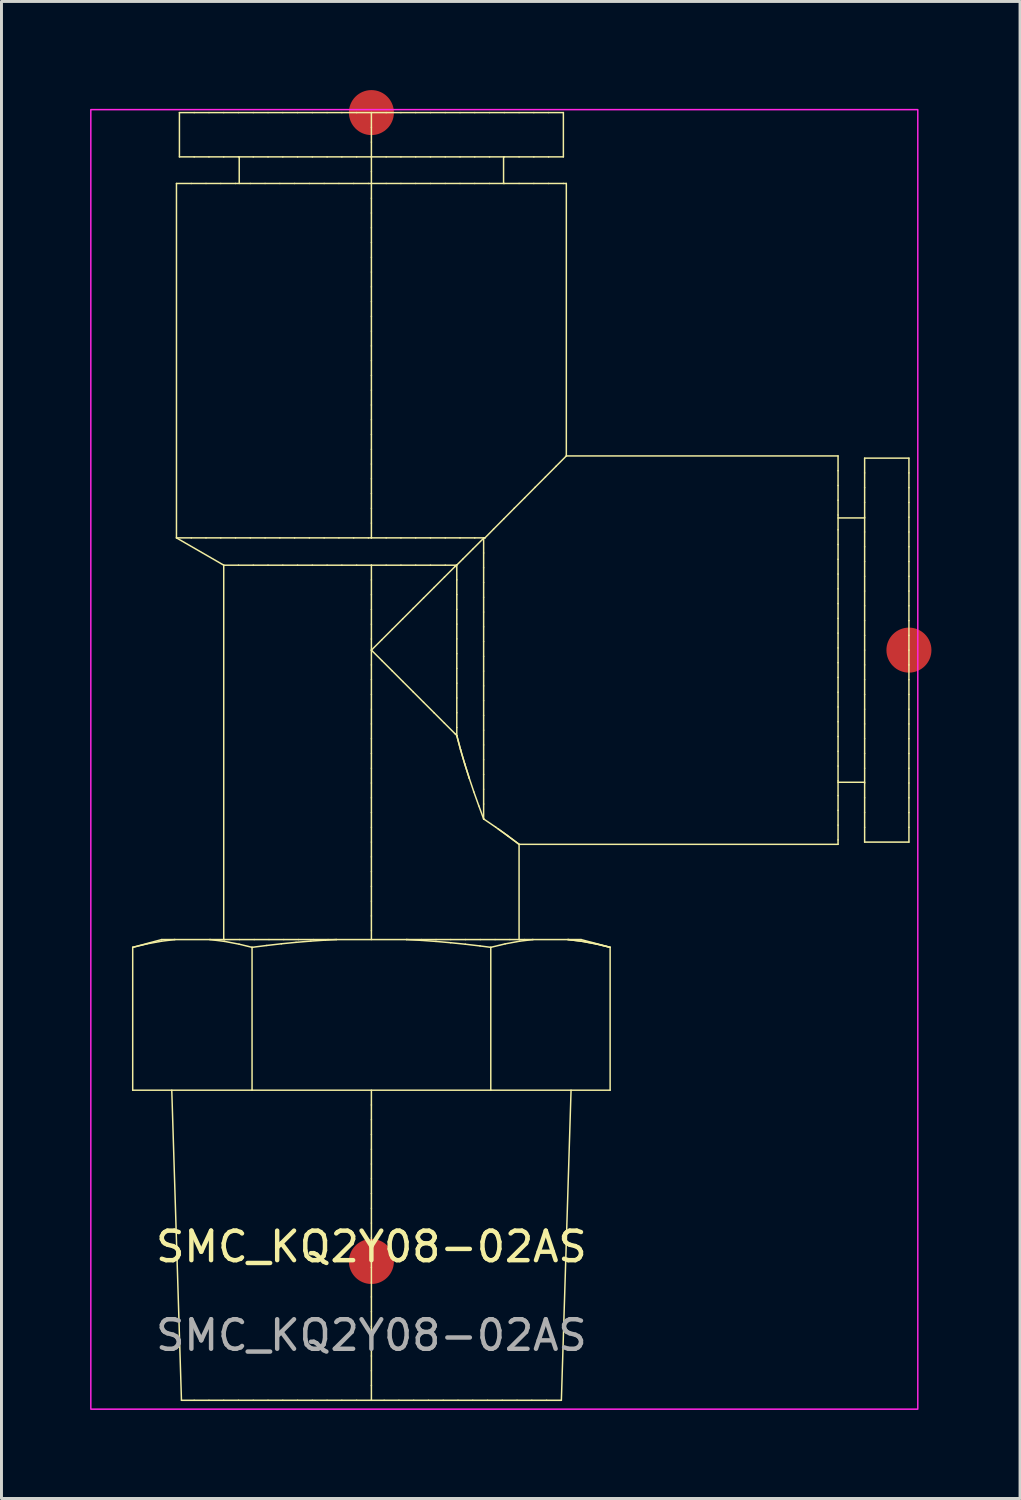
<source format=kicad_pcb>
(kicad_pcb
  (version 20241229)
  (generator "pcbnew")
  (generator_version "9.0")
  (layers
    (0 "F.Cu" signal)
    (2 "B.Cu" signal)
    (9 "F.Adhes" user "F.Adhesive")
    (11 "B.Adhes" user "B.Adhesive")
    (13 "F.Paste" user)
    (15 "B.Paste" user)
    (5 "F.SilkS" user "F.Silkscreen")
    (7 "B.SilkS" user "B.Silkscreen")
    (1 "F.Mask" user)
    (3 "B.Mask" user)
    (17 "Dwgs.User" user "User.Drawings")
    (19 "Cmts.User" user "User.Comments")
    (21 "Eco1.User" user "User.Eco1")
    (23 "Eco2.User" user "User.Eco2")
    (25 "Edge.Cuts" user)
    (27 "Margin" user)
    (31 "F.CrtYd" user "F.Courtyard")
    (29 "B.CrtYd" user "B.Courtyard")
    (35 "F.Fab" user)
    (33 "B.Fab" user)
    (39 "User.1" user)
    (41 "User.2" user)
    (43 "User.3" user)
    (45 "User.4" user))
  (footprint "SMC_KQ2Y08-02AS"
    (layer "F.Cu")
    (at 9.525 39.662)
    (property "Reference" "SMC_KQ2Y08-02AS" (at 0 -0.5 0) (unlocked yes) (layer "F.SilkS") (effects (font (size 1 1) (thickness 0.15))))
    (fp_line (start -8.082 -10.637) (end -8.082 -5.8) (stroke (width 0.05) (type solid)) (layer "F.SilkS"))
    (fp_line (start -8.082 -10.637) (end -7.597 -10.754) (stroke (width 0.05) (type solid)) (layer "F.SilkS"))
    (fp_line (start -8.082 -5.8) (end -4.041 -5.8) (stroke (width 0.05) (type solid)) (layer "F.SilkS"))
    (fp_line (start -7.597 -10.754) (end -7.105 -10.845) (stroke (width 0.05) (type solid)) (layer "F.SilkS"))
    (fp_line (start -7.105 -10.845) (end -6.655 -10.9) (stroke (width 0.05) (type solid)) (layer "F.SilkS"))
    (fp_line (start -7.1 -10.9) (end -8.082 -10.637) (stroke (width 0.05) (type solid)) (layer "F.SilkS"))
    (fp_line (start -7.1 -10.9) (end -6.655 -10.9) (stroke (width 0.05) (type solid)) (layer "F.SilkS"))
    (fp_line (start -6.655 -10.9) (end -5.468 -10.9) (stroke (width 0.05) (type solid)) (layer "F.SilkS"))
    (fp_line (start -6.6 -36.5) (end -6.6 -24.5) (stroke (width 0.05) (type solid)) (layer "F.SilkS"))
    (fp_line (start -6.6 -36.5) (end -6.1 -36.5) (stroke (width 0.05) (type solid)) (layer "F.SilkS"))
    (fp_line (start -6.6 -24.5) (end -6.1 -24.5) (stroke (width 0.05) (type solid)) (layer "F.SilkS"))
    (fp_line (start -6.5 -38.9) (end -6.5 -37.4) (stroke (width 0.05) (type solid)) (layer "F.SilkS"))
    (fp_line (start -6.5 -38.9) (end -6 -38.9) (stroke (width 0.05) (type solid)) (layer "F.SilkS"))
    (fp_line (start -6.5 -37.4) (end -6 -37.4) (stroke (width 0.05) (type solid)) (layer "F.SilkS"))
    (fp_line (start -6.431 4.7) (end -6.759 -5.8) (stroke (width 0.05) (type solid)) (layer "F.SilkS"))
    (fp_line (start -6.1 -36.5) (end -5.6 -36.5) (stroke (width 0.05) (type solid)) (layer "F.SilkS"))
    (fp_line (start -6.1 -24.5) (end -5.6 -24.5) (stroke (width 0.05) (type solid)) (layer "F.SilkS"))
    (fp_line (start -6 -38.9) (end -5.5 -38.9) (stroke (width 0.05) (type solid)) (layer "F.SilkS"))
    (fp_line (start -6 -37.4) (end -5.5 -37.4) (stroke (width 0.05) (type solid)) (layer "F.SilkS"))
    (fp_line (start -6 4.7) (end -6.431 4.7) (stroke (width 0.05) (type solid)) (layer "F.SilkS"))
    (fp_line (start -5.6 -36.5) (end -5.1 -36.5) (stroke (width 0.05) (type solid)) (layer "F.SilkS"))
    (fp_line (start -5.6 -24.5) (end -5.1 -24.5) (stroke (width 0.05) (type solid)) (layer "F.SilkS"))
    (fp_line (start -5.5 -38.9) (end -5 -38.9) (stroke (width 0.05) (type solid)) (layer "F.SilkS"))
    (fp_line (start -5.5 -37.4) (end -5 -37.4) (stroke (width 0.05) (type solid)) (layer "F.SilkS"))
    (fp_line (start -5.5 4.7) (end -6 4.7) (stroke (width 0.05) (type solid)) (layer "F.SilkS"))
    (fp_line (start -5.468 -10.9) (end -4.972 -10.838) (stroke (width 0.05) (type solid)) (layer "F.SilkS"))
    (fp_line (start -5.468 -10.9) (end -4.968 -10.9) (stroke (width 0.05) (type solid)) (layer "F.SilkS"))
    (fp_line (start -5.1 -36.5) (end -4.6 -36.5) (stroke (width 0.05) (type solid)) (layer "F.SilkS"))
    (fp_line (start -5.1 -24.5) (end -4.6 -24.5) (stroke (width 0.05) (type solid)) (layer "F.SilkS"))
    (fp_line (start -5 -38.9) (end -4.5 -38.9) (stroke (width 0.05) (type solid)) (layer "F.SilkS"))
    (fp_line (start -5 -37.4) (end -4.5 -37.4) (stroke (width 0.05) (type solid)) (layer "F.SilkS"))
    (fp_line (start -5 -23.576) (end -6.6 -24.5) (stroke (width 0.05) (type solid)) (layer "F.SilkS"))
    (fp_line (start -5 -23.576) (end -5 -10.9) (stroke (width 0.05) (type solid)) (layer "F.SilkS"))
    (fp_line (start -5 -23.576) (end -4.5 -23.576) (stroke (width 0.05) (type solid)) (layer "F.SilkS"))
    (fp_line (start -5 4.7) (end -5.5 4.7) (stroke (width 0.05) (type solid)) (layer "F.SilkS"))
    (fp_line (start -4.972 -10.838) (end -4.481 -10.744) (stroke (width 0.05) (type solid)) (layer "F.SilkS"))
    (fp_line (start -4.968 -10.9) (end -4.468 -10.9) (stroke (width 0.05) (type solid)) (layer "F.SilkS"))
    (fp_line (start -4.6 -36.5) (end -4.1 -36.5) (stroke (width 0.05) (type solid)) (layer "F.SilkS"))
    (fp_line (start -4.6 -24.5) (end -4.1 -24.5) (stroke (width 0.05) (type solid)) (layer "F.SilkS"))
    (fp_line (start -4.5 -38.9) (end -4 -38.9) (stroke (width 0.05) (type solid)) (layer "F.SilkS"))
    (fp_line (start -4.5 -37.4) (end -4 -37.4) (stroke (width 0.05) (type solid)) (layer "F.SilkS"))
    (fp_line (start -4.5 -23.576) (end -4 -23.576) (stroke (width 0.05) (type solid)) (layer "F.SilkS"))
    (fp_line (start -4.5 4.7) (end -5 4.7) (stroke (width 0.05) (type solid)) (layer "F.SilkS"))
    (fp_line (start -4.481 -10.744) (end -4.041 -10.637) (stroke (width 0.05) (type solid)) (layer "F.SilkS"))
    (fp_line (start -4.475 -37.4) (end -4.475 -36.5) (stroke (width 0.05) (type solid)) (layer "F.SilkS"))
    (fp_line (start -4.468 -10.9) (end -3.968 -10.9) (stroke (width 0.05) (type solid)) (layer "F.SilkS"))
    (fp_line (start -4.1 -36.5) (end -3.6 -36.5) (stroke (width 0.05) (type solid)) (layer "F.SilkS"))
    (fp_line (start -4.1 -24.5) (end -3.6 -24.5) (stroke (width 0.05) (type solid)) (layer "F.SilkS"))
    (fp_line (start -4.041 -10.637) (end -4.041 -5.8) (stroke (width 0.05) (type solid)) (layer "F.SilkS"))
    (fp_line (start -4.041 -10.637) (end -3.545 -10.7) (stroke (width 0.05) (type solid)) (layer "F.SilkS"))
    (fp_line (start -4.041 -5.8) (end 4.042 -5.8) (stroke (width 0.05) (type solid)) (layer "F.SilkS"))
    (fp_line (start -4 -38.9) (end -3.5 -38.9) (stroke (width 0.05) (type solid)) (layer "F.SilkS"))
    (fp_line (start -4 -37.4) (end -3.5 -37.4) (stroke (width 0.05) (type solid)) (layer "F.SilkS"))
    (fp_line (start -4 -23.576) (end -3.5 -23.576) (stroke (width 0.05) (type solid)) (layer "F.SilkS"))
    (fp_line (start -4 4.7) (end -4.5 4.7) (stroke (width 0.05) (type solid)) (layer "F.SilkS"))
    (fp_line (start -3.968 -10.9) (end -3.468 -10.9) (stroke (width 0.05) (type solid)) (layer "F.SilkS"))
    (fp_line (start -3.6 -36.5) (end -3.1 -36.5) (stroke (width 0.05) (type solid)) (layer "F.SilkS"))
    (fp_line (start -3.6 -24.5) (end -3.1 -24.5) (stroke (width 0.05) (type solid)) (layer "F.SilkS"))
    (fp_line (start -3.545 -10.7) (end -3.048 -10.757) (stroke (width 0.05) (type solid)) (layer "F.SilkS"))
    (fp_line (start -3.5 -38.9) (end -3 -38.9) (stroke (width 0.05) (type solid)) (layer "F.SilkS"))
    (fp_line (start -3.5 -37.4) (end -3 -37.4) (stroke (width 0.05) (type solid)) (layer "F.SilkS"))
    (fp_line (start -3.5 -23.576) (end -3 -23.576) (stroke (width 0.05) (type solid)) (layer "F.SilkS"))
    (fp_line (start -3.5 4.7) (end -4 4.7) (stroke (width 0.05) (type solid)) (layer "F.SilkS"))
    (fp_line (start -3.468 -10.9) (end -2.968 -10.9) (stroke (width 0.05) (type solid)) (layer "F.SilkS"))
    (fp_line (start -3.1 -36.5) (end -2.6 -36.5) (stroke (width 0.05) (type solid)) (layer "F.SilkS"))
    (fp_line (start -3.1 -24.5) (end -2.6 -24.5) (stroke (width 0.05) (type solid)) (layer "F.SilkS"))
    (fp_line (start -3.048 -10.757) (end -2.551 -10.806) (stroke (width 0.05) (type solid)) (layer "F.SilkS"))
    (fp_line (start -3 -38.9) (end -2.5 -38.9) (stroke (width 0.05) (type solid)) (layer "F.SilkS"))
    (fp_line (start -3 -37.4) (end -2.5 -37.4) (stroke (width 0.05) (type solid)) (layer "F.SilkS"))
    (fp_line (start -3 -23.576) (end -2.5 -23.576) (stroke (width 0.05) (type solid)) (layer "F.SilkS"))
    (fp_line (start -3 4.7) (end -3.5 4.7) (stroke (width 0.05) (type solid)) (layer "F.SilkS"))
    (fp_line (start -2.968 -10.9) (end -2.468 -10.9) (stroke (width 0.05) (type solid)) (layer "F.SilkS"))
    (fp_line (start -2.6 -36.5) (end -2.1 -36.5) (stroke (width 0.05) (type solid)) (layer "F.SilkS"))
    (fp_line (start -2.6 -24.5) (end -2.1 -24.5) (stroke (width 0.05) (type solid)) (layer "F.SilkS"))
    (fp_line (start -2.551 -10.806) (end -2.052 -10.848) (stroke (width 0.05) (type solid)) (layer "F.SilkS"))
    (fp_line (start -2.5 -38.9) (end -2 -38.9) (stroke (width 0.05) (type solid)) (layer "F.SilkS"))
    (fp_line (start -2.5 -37.4) (end -2 -37.4) (stroke (width 0.05) (type solid)) (layer "F.SilkS"))
    (fp_line (start -2.5 -23.576) (end -2 -23.576) (stroke (width 0.05) (type solid)) (layer "F.SilkS"))
    (fp_line (start -2.5 4.7) (end -3 4.7) (stroke (width 0.05) (type solid)) (layer "F.SilkS"))
    (fp_line (start -2.468 -10.9) (end -1.968 -10.9) (stroke (width 0.05) (type solid)) (layer "F.SilkS"))
    (fp_line (start -2.1 -36.5) (end -1.6 -36.5) (stroke (width 0.05) (type solid)) (layer "F.SilkS"))
    (fp_line (start -2.1 -24.5) (end -1.6 -24.5) (stroke (width 0.05) (type solid)) (layer "F.SilkS"))
    (fp_line (start -2.052 -10.848) (end -1.554 -10.881) (stroke (width 0.05) (type solid)) (layer "F.SilkS"))
    (fp_line (start -2 -38.9) (end -1.5 -38.9) (stroke (width 0.05) (type solid)) (layer "F.SilkS"))
    (fp_line (start -2 -37.4) (end -1.5 -37.4) (stroke (width 0.05) (type solid)) (layer "F.SilkS"))
    (fp_line (start -2 -23.576) (end -1.5 -23.576) (stroke (width 0.05) (type solid)) (layer "F.SilkS"))
    (fp_line (start -2 4.7) (end -2.5 4.7) (stroke (width 0.05) (type solid)) (layer "F.SilkS"))
    (fp_line (start -1.968 -10.9) (end -1.468 -10.9) (stroke (width 0.05) (type solid)) (layer "F.SilkS"))
    (fp_line (start -1.6 -36.5) (end -1.1 -36.5) (stroke (width 0.05) (type solid)) (layer "F.SilkS"))
    (fp_line (start -1.6 -24.5) (end -1.1 -24.5) (stroke (width 0.05) (type solid)) (layer "F.SilkS"))
    (fp_line (start -1.554 -10.881) (end -1.187 -10.9) (stroke (width 0.05) (type solid)) (layer "F.SilkS"))
    (fp_line (start -1.5 -38.9) (end -1 -38.9) (stroke (width 0.05) (type solid)) (layer "F.SilkS"))
    (fp_line (start -1.5 -37.4) (end -1 -37.4) (stroke (width 0.05) (type solid)) (layer "F.SilkS"))
    (fp_line (start -1.5 -23.576) (end -1 -23.576) (stroke (width 0.05) (type solid)) (layer "F.SilkS"))
    (fp_line (start -1.5 4.7) (end -2 4.7) (stroke (width 0.05) (type solid)) (layer "F.SilkS"))
    (fp_line (start -1.468 -10.9) (end -1.187 -10.9) (stroke (width 0.05) (type solid)) (layer "F.SilkS"))
    (fp_line (start -1.187 -10.9) (end 1.188 -10.9) (stroke (width 0.05) (type solid)) (layer "F.SilkS"))
    (fp_line (start -1.1 -36.5) (end -0.6 -36.5) (stroke (width 0.05) (type solid)) (layer "F.SilkS"))
    (fp_line (start -1.1 -24.5) (end -0.6 -24.5) (stroke (width 0.05) (type solid)) (layer "F.SilkS"))
    (fp_line (start -1 -38.9) (end -0.5 -38.9) (stroke (width 0.05) (type solid)) (layer "F.SilkS"))
    (fp_line (start -1 -37.4) (end -0.5 -37.4) (stroke (width 0.05) (type solid)) (layer "F.SilkS"))
    (fp_line (start -1 -23.576) (end -0.5 -23.576) (stroke (width 0.05) (type solid)) (layer "F.SilkS"))
    (fp_line (start -1 4.7) (end -1.5 4.7) (stroke (width 0.05) (type solid)) (layer "F.SilkS"))
    (fp_line (start -0.6 -36.5) (end -0.1 -36.5) (stroke (width 0.05) (type solid)) (layer "F.SilkS"))
    (fp_line (start -0.6 -24.5) (end -0.1 -24.5) (stroke (width 0.05) (type solid)) (layer "F.SilkS"))
    (fp_line (start -0.5 -38.9) (end 0 -38.9) (stroke (width 0.05) (type solid)) (layer "F.SilkS"))
    (fp_line (start -0.5 -37.4) (end 0 -37.4) (stroke (width 0.05) (type solid)) (layer "F.SilkS"))
    (fp_line (start -0.5 -23.576) (end 0 -23.576) (stroke (width 0.05) (type solid)) (layer "F.SilkS"))
    (fp_line (start -0.5 4.7) (end -1 4.7) (stroke (width 0.05) (type solid)) (layer "F.SilkS"))
    (fp_line (start -0.1 -36.5) (end 0 -36.5) (stroke (width 0.05) (type solid)) (layer "F.SilkS"))
    (fp_line (start -0.1 -24.5) (end 0 -24.5) (stroke (width 0.05) (type solid)) (layer "F.SilkS"))
    (fp_line (start 0 -38.9) (end 0 -38.4) (stroke (width 0.05) (type solid)) (layer "F.SilkS"))
    (fp_line (start 0 -38.9) (end 0.5 -38.9) (stroke (width 0.05) (type solid)) (layer "F.SilkS"))
    (fp_line (start 0 -38.4) (end 0 -37.9) (stroke (width 0.05) (type solid)) (layer "F.SilkS"))
    (fp_line (start 0 -37.9) (end 0 -37.4) (stroke (width 0.05) (type solid)) (layer "F.SilkS"))
    (fp_line (start 0 -37.4) (end 0 -36.9) (stroke (width 0.05) (type solid)) (layer "F.SilkS"))
    (fp_line (start 0 -37.4) (end 0.5 -37.4) (stroke (width 0.05) (type solid)) (layer "F.SilkS"))
    (fp_line (start 0 -36.9) (end 0 -36.5) (stroke (width 0.05) (type solid)) (layer "F.SilkS"))
    (fp_line (start 0 -36.5) (end 0 -36) (stroke (width 0.05) (type solid)) (layer "F.SilkS"))
    (fp_line (start 0 -36.5) (end 0.5 -36.5) (stroke (width 0.05) (type solid)) (layer "F.SilkS"))
    (fp_line (start 0 -36) (end 0 -35.5) (stroke (width 0.05) (type solid)) (layer "F.SilkS"))
    (fp_line (start 0 -35.5) (end 0 -35) (stroke (width 0.05) (type solid)) (layer "F.SilkS"))
    (fp_line (start 0 -35) (end 0 -34.5) (stroke (width 0.05) (type solid)) (layer "F.SilkS"))
    (fp_line (start 0 -34.5) (end 0 -34) (stroke (width 0.05) (type solid)) (layer "F.SilkS"))
    (fp_line (start 0 -34) (end 0 -33.5) (stroke (width 0.05) (type solid)) (layer "F.SilkS"))
    (fp_line (start 0 -33.5) (end 0 -33) (stroke (width 0.05) (type solid)) (layer "F.SilkS"))
    (fp_line (start 0 -33) (end 0 -32.5) (stroke (width 0.05) (type solid)) (layer "F.SilkS"))
    (fp_line (start 0 -32.5) (end 0 -32) (stroke (width 0.05) (type solid)) (layer "F.SilkS"))
    (fp_line (start 0 -32) (end 0 -31.5) (stroke (width 0.05) (type solid)) (layer "F.SilkS"))
    (fp_line (start 0 -31.5) (end 0 -31) (stroke (width 0.05) (type solid)) (layer "F.SilkS"))
    (fp_line (start 0 -31) (end 0 -30.5) (stroke (width 0.05) (type solid)) (layer "F.SilkS"))
    (fp_line (start 0 -30.5) (end 0 -30) (stroke (width 0.05) (type solid)) (layer "F.SilkS"))
    (fp_line (start 0 -30) (end 0 -29.5) (stroke (width 0.05) (type solid)) (layer "F.SilkS"))
    (fp_line (start 0 -29.5) (end 0 -29) (stroke (width 0.05) (type solid)) (layer "F.SilkS"))
    (fp_line (start 0 -29) (end 0 -28.5) (stroke (width 0.05) (type solid)) (layer "F.SilkS"))
    (fp_line (start 0 -28.5) (end 0 -28) (stroke (width 0.05) (type solid)) (layer "F.SilkS"))
    (fp_line (start 0 -28) (end 0 -27.5) (stroke (width 0.05) (type solid)) (layer "F.SilkS"))
    (fp_line (start 0 -27.5) (end 0 -27) (stroke (width 0.05) (type solid)) (layer "F.SilkS"))
    (fp_line (start 0 -27) (end 0 -26.5) (stroke (width 0.05) (type solid)) (layer "F.SilkS"))
    (fp_line (start 0 -26.5) (end 0 -26) (stroke (width 0.05) (type solid)) (layer "F.SilkS"))
    (fp_line (start 0 -26) (end 0 -25.5) (stroke (width 0.05) (type solid)) (layer "F.SilkS"))
    (fp_line (start 0 -25.5) (end 0 -25) (stroke (width 0.05) (type solid)) (layer "F.SilkS"))
    (fp_line (start 0 -25) (end 0 -24.5) (stroke (width 0.05) (type solid)) (layer "F.SilkS"))
    (fp_line (start 0 -24.5) (end 0.5 -24.5) (stroke (width 0.05) (type solid)) (layer "F.SilkS"))
    (fp_line (start 0 -23.576) (end 0 -23.076) (stroke (width 0.05) (type solid)) (layer "F.SilkS"))
    (fp_line (start 0 -23.576) (end 0.5 -23.576) (stroke (width 0.05) (type solid)) (layer "F.SilkS"))
    (fp_line (start 0 -23.076) (end 0 -22.576) (stroke (width 0.05) (type solid)) (layer "F.SilkS"))
    (fp_line (start 0 -22.576) (end 0 -22.076) (stroke (width 0.05) (type solid)) (layer "F.SilkS"))
    (fp_line (start 0 -22.076) (end 0 -21.576) (stroke (width 0.05) (type solid)) (layer "F.SilkS"))
    (fp_line (start 0 -21.576) (end 0 -21.076) (stroke (width 0.05) (type solid)) (layer "F.SilkS"))
    (fp_line (start 0 -21.076) (end 0 -20.7) (stroke (width 0.05) (type solid)) (layer "F.SilkS"))
    (fp_line (start 0 -20.7) (end 0 -20.2) (stroke (width 0.05) (type solid)) (layer "F.SilkS"))
    (fp_line (start 0 -20.7) (end 0.354 -21.054) (stroke (width 0.05) (type solid)) (layer "F.SilkS"))
    (fp_line (start 0 -20.7) (end 0.354 -20.346) (stroke (width 0.05) (type solid)) (layer "F.SilkS"))
    (fp_line (start 0 -20.2) (end 0 -19.7) (stroke (width 0.05) (type solid)) (layer "F.SilkS"))
    (fp_line (start 0 -19.7) (end 0 -19.2) (stroke (width 0.05) (type solid)) (layer "F.SilkS"))
    (fp_line (start 0 -19.2) (end 0 -18.7) (stroke (width 0.05) (type solid)) (layer "F.SilkS"))
    (fp_line (start 0 -18.7) (end 0 -18.2) (stroke (width 0.05) (type solid)) (layer "F.SilkS"))
    (fp_line (start 0 -18.2) (end 0 -17.7) (stroke (width 0.05) (type solid)) (layer "F.SilkS"))
    (fp_line (start 0 -17.7) (end 0 -17.2) (stroke (width 0.05) (type solid)) (layer "F.SilkS"))
    (fp_line (start 0 -17.2) (end 0 -16.7) (stroke (width 0.05) (type solid)) (layer "F.SilkS"))
    (fp_line (start 0 -16.7) (end 0 -16.2) (stroke (width 0.05) (type solid)) (layer "F.SilkS"))
    (fp_line (start 0 -16.2) (end 0 -15.7) (stroke (width 0.05) (type solid)) (layer "F.SilkS"))
    (fp_line (start 0 -15.7) (end 0 -15.2) (stroke (width 0.05) (type solid)) (layer "F.SilkS"))
    (fp_line (start 0 -15.2) (end 0 -14.7) (stroke (width 0.05) (type solid)) (layer "F.SilkS"))
    (fp_line (start 0 -14.7) (end 0 -14.2) (stroke (width 0.05) (type solid)) (layer "F.SilkS"))
    (fp_line (start 0 -14.2) (end 0 -13.7) (stroke (width 0.05) (type solid)) (layer "F.SilkS"))
    (fp_line (start 0 -13.7) (end 0 -13.2) (stroke (width 0.05) (type solid)) (layer "F.SilkS"))
    (fp_line (start 0 -13.2) (end 0 -12.7) (stroke (width 0.05) (type solid)) (layer "F.SilkS"))
    (fp_line (start 0 -12.7) (end 0 -12.2) (stroke (width 0.05) (type solid)) (layer "F.SilkS"))
    (fp_line (start 0 -12.2) (end 0 -11.7) (stroke (width 0.05) (type solid)) (layer "F.SilkS"))
    (fp_line (start 0 -11.7) (end 0 -11.2) (stroke (width 0.05) (type solid)) (layer "F.SilkS"))
    (fp_line (start 0 -11.2) (end 0 -10.9) (stroke (width 0.05) (type solid)) (layer "F.SilkS"))
    (fp_line (start 0 -5.3) (end 0 -5.8) (stroke (width 0.05) (type solid)) (layer "F.SilkS"))
    (fp_line (start 0 -4.8) (end 0 -5.3) (stroke (width 0.05) (type solid)) (layer "F.SilkS"))
    (fp_line (start 0 -4.3) (end 0 -4.8) (stroke (width 0.05) (type solid)) (layer "F.SilkS"))
    (fp_line (start 0 -3.8) (end 0 -4.3) (stroke (width 0.05) (type solid)) (layer "F.SilkS"))
    (fp_line (start 0 -3.3) (end 0 -3.8) (stroke (width 0.05) (type solid)) (layer "F.SilkS"))
    (fp_line (start 0 -2.8) (end 0 -3.3) (stroke (width 0.05) (type solid)) (layer "F.SilkS"))
    (fp_line (start 0 -2.3) (end 0 -2.8) (stroke (width 0.05) (type solid)) (layer "F.SilkS"))
    (fp_line (start 0 -1.8) (end 0 -2.3) (stroke (width 0.05) (type solid)) (layer "F.SilkS"))
    (fp_line (start 0 -1.3) (end 0 -1.8) (stroke (width 0.05) (type solid)) (layer "F.SilkS"))
    (fp_line (start 0 -0.8) (end 0 -1.3) (stroke (width 0.05) (type solid)) (layer "F.SilkS"))
    (fp_line (start 0 -0.3) (end 0 -0.8) (stroke (width 0.05) (type solid)) (layer "F.SilkS"))
    (fp_line (start 0 0.2) (end 0 -0.3) (stroke (width 0.05) (type solid)) (layer "F.SilkS"))
    (fp_line (start 0 0.7) (end 0 0.2) (stroke (width 0.05) (type solid)) (layer "F.SilkS"))
    (fp_line (start 0 1.2) (end 0 0.7) (stroke (width 0.05) (type solid)) (layer "F.SilkS"))
    (fp_line (start 0 1.7) (end 0 1.2) (stroke (width 0.05) (type solid)) (layer "F.SilkS"))
    (fp_line (start 0 2.2) (end 0 1.7) (stroke (width 0.05) (type solid)) (layer "F.SilkS"))
    (fp_line (start 0 2.7) (end 0 2.2) (stroke (width 0.05) (type solid)) (layer "F.SilkS"))
    (fp_line (start 0 3.2) (end 0 2.7) (stroke (width 0.05) (type solid)) (layer "F.SilkS"))
    (fp_line (start 0 3.7) (end 0 3.2) (stroke (width 0.05) (type solid)) (layer "F.SilkS"))
    (fp_line (start 0 4.2) (end 0 3.7) (stroke (width 0.05) (type solid)) (layer "F.SilkS"))
    (fp_line (start 0 4.7) (end -0.5 4.7) (stroke (width 0.05) (type solid)) (layer "F.SilkS"))
    (fp_line (start 0 4.7) (end 0 4.2) (stroke (width 0.05) (type solid)) (layer "F.SilkS"))
    (fp_line (start 0.354 -21.054) (end 0.708 -21.407) (stroke (width 0.05) (type solid)) (layer "F.SilkS"))
    (fp_line (start 0.354 -20.346) (end 0.708 -19.993) (stroke (width 0.05) (type solid)) (layer "F.SilkS"))
    (fp_line (start 0.432 4.7) (end 0 4.7) (stroke (width 0.05) (type solid)) (layer "F.SilkS"))
    (fp_line (start 0.5 -38.9) (end 1 -38.9) (stroke (width 0.05) (type solid)) (layer "F.SilkS"))
    (fp_line (start 0.5 -37.4) (end 1 -37.4) (stroke (width 0.05) (type solid)) (layer "F.SilkS"))
    (fp_line (start 0.5 -36.5) (end 1 -36.5) (stroke (width 0.05) (type solid)) (layer "F.SilkS"))
    (fp_line (start 0.5 -24.5) (end 1 -24.5) (stroke (width 0.05) (type solid)) (layer "F.SilkS"))
    (fp_line (start 0.5 -23.576) (end 1 -23.576) (stroke (width 0.05) (type solid)) (layer "F.SilkS"))
    (fp_line (start 0.708 -21.407) (end 1.061 -21.761) (stroke (width 0.05) (type solid)) (layer "F.SilkS"))
    (fp_line (start 0.708 -19.993) (end 1.061 -19.639) (stroke (width 0.05) (type solid)) (layer "F.SilkS"))
    (fp_line (start 0.932 4.7) (end 0.432 4.7) (stroke (width 0.05) (type solid)) (layer "F.SilkS"))
    (fp_line (start 1 -38.9) (end 1.5 -38.9) (stroke (width 0.05) (type solid)) (layer "F.SilkS"))
    (fp_line (start 1 -37.4) (end 1.5 -37.4) (stroke (width 0.05) (type solid)) (layer "F.SilkS"))
    (fp_line (start 1 -36.5) (end 1.5 -36.5) (stroke (width 0.05) (type solid)) (layer "F.SilkS"))
    (fp_line (start 1 -24.5) (end 1.5 -24.5) (stroke (width 0.05) (type solid)) (layer "F.SilkS"))
    (fp_line (start 1 -23.576) (end 1.5 -23.576) (stroke (width 0.05) (type solid)) (layer "F.SilkS"))
    (fp_line (start 1.061 -21.761) (end 1.415 -22.114) (stroke (width 0.05) (type solid)) (layer "F.SilkS"))
    (fp_line (start 1.061 -19.639) (end 1.415 -19.286) (stroke (width 0.05) (type solid)) (layer "F.SilkS"))
    (fp_line (start 1.188 -10.9) (end 1.687 -10.873) (stroke (width 0.05) (type solid)) (layer "F.SilkS"))
    (fp_line (start 1.188 -10.9) (end 1.688 -10.9) (stroke (width 0.05) (type solid)) (layer "F.SilkS"))
    (fp_line (start 1.415 -22.114) (end 1.768 -22.468) (stroke (width 0.05) (type solid)) (layer "F.SilkS"))
    (fp_line (start 1.415 -19.286) (end 1.768 -18.932) (stroke (width 0.05) (type solid)) (layer "F.SilkS"))
    (fp_line (start 1.432 4.7) (end 0.932 4.7) (stroke (width 0.05) (type solid)) (layer "F.SilkS"))
    (fp_line (start 1.5 -38.9) (end 2 -38.9) (stroke (width 0.05) (type solid)) (layer "F.SilkS"))
    (fp_line (start 1.5 -37.4) (end 2 -37.4) (stroke (width 0.05) (type solid)) (layer "F.SilkS"))
    (fp_line (start 1.5 -36.5) (end 2 -36.5) (stroke (width 0.05) (type solid)) (layer "F.SilkS"))
    (fp_line (start 1.5 -24.5) (end 2 -24.5) (stroke (width 0.05) (type solid)) (layer "F.SilkS"))
    (fp_line (start 1.5 -23.576) (end 2 -23.576) (stroke (width 0.05) (type solid)) (layer "F.SilkS"))
    (fp_line (start 1.687 -10.873) (end 2.186 -10.837) (stroke (width 0.05) (type solid)) (layer "F.SilkS"))
    (fp_line (start 1.688 -10.9) (end 2.188 -10.9) (stroke (width 0.05) (type solid)) (layer "F.SilkS"))
    (fp_line (start 1.768 -22.468) (end 2.122 -22.821) (stroke (width 0.05) (type solid)) (layer "F.SilkS"))
    (fp_line (start 1.768 -18.932) (end 2.122 -18.579) (stroke (width 0.05) (type solid)) (layer "F.SilkS"))
    (fp_line (start 1.932 4.7) (end 1.432 4.7) (stroke (width 0.05) (type solid)) (layer "F.SilkS"))
    (fp_line (start 2 -38.9) (end 2.5 -38.9) (stroke (width 0.05) (type solid)) (layer "F.SilkS"))
    (fp_line (start 2 -37.4) (end 2.5 -37.4) (stroke (width 0.05) (type solid)) (layer "F.SilkS"))
    (fp_line (start 2 -36.5) (end 2.5 -36.5) (stroke (width 0.05) (type solid)) (layer "F.SilkS"))
    (fp_line (start 2 -24.5) (end 2.5 -24.5) (stroke (width 0.05) (type solid)) (layer "F.SilkS"))
    (fp_line (start 2 -23.576) (end 2.5 -23.576) (stroke (width 0.05) (type solid)) (layer "F.SilkS"))
    (fp_line (start 2.122 -22.821) (end 2.475 -23.175) (stroke (width 0.05) (type solid)) (layer "F.SilkS"))
    (fp_line (start 2.122 -18.579) (end 2.475 -18.225) (stroke (width 0.05) (type solid)) (layer "F.SilkS"))
    (fp_line (start 2.186 -10.837) (end 2.684 -10.793) (stroke (width 0.05) (type solid)) (layer "F.SilkS"))
    (fp_line (start 2.188 -10.9) (end 2.688 -10.9) (stroke (width 0.05) (type solid)) (layer "F.SilkS"))
    (fp_line (start 2.432 4.7) (end 1.932 4.7) (stroke (width 0.05) (type solid)) (layer "F.SilkS"))
    (fp_line (start 2.475 -23.175) (end 2.829 -23.528) (stroke (width 0.05) (type solid)) (layer "F.SilkS"))
    (fp_line (start 2.475 -18.225) (end 2.829 -17.872) (stroke (width 0.05) (type solid)) (layer "F.SilkS"))
    (fp_line (start 2.5 -38.9) (end 3 -38.9) (stroke (width 0.05) (type solid)) (layer "F.SilkS"))
    (fp_line (start 2.5 -37.4) (end 3 -37.4) (stroke (width 0.05) (type solid)) (layer "F.SilkS"))
    (fp_line (start 2.5 -36.5) (end 3 -36.5) (stroke (width 0.05) (type solid)) (layer "F.SilkS"))
    (fp_line (start 2.5 -24.5) (end 3 -24.5) (stroke (width 0.05) (type solid)) (layer "F.SilkS"))
    (fp_line (start 2.5 -23.576) (end 2.877 -23.576) (stroke (width 0.05) (type solid)) (layer "F.SilkS"))
    (fp_line (start 2.684 -10.793) (end 3.181 -10.742) (stroke (width 0.05) (type solid)) (layer "F.SilkS"))
    (fp_line (start 2.688 -10.9) (end 3.188 -10.9) (stroke (width 0.05) (type solid)) (layer "F.SilkS"))
    (fp_line (start 2.829 -23.528) (end 2.877 -23.576) (stroke (width 0.05) (type solid)) (layer "F.SilkS"))
    (fp_line (start 2.829 -17.872) (end 2.891 -17.809) (stroke (width 0.05) (type solid)) (layer "F.SilkS"))
    (fp_line (start 2.891 -23.58) (end 2.877 -23.576) (stroke (width 0.05) (type solid)) (layer "F.SilkS"))
    (fp_line (start 2.891 -23.58) (end 2.891 -23.08) (stroke (width 0.05) (type solid)) (layer "F.SilkS"))
    (fp_line (start 2.891 -23.08) (end 2.891 -22.58) (stroke (width 0.05) (type solid)) (layer "F.SilkS"))
    (fp_line (start 2.891 -22.58) (end 2.891 -22.08) (stroke (width 0.05) (type solid)) (layer "F.SilkS"))
    (fp_line (start 2.891 -22.08) (end 2.891 -21.58) (stroke (width 0.05) (type solid)) (layer "F.SilkS"))
    (fp_line (start 2.891 -21.58) (end 2.891 -21.08) (stroke (width 0.05) (type solid)) (layer "F.SilkS"))
    (fp_line (start 2.891 -21.08) (end 2.891 -20.58) (stroke (width 0.05) (type solid)) (layer "F.SilkS"))
    (fp_line (start 2.891 -20.58) (end 2.891 -20.08) (stroke (width 0.05) (type solid)) (layer "F.SilkS"))
    (fp_line (start 2.891 -20.08) (end 2.891 -19.58) (stroke (width 0.05) (type solid)) (layer "F.SilkS"))
    (fp_line (start 2.891 -19.58) (end 2.891 -19.08) (stroke (width 0.05) (type solid)) (layer "F.SilkS"))
    (fp_line (start 2.891 -19.08) (end 2.891 -18.58) (stroke (width 0.05) (type solid)) (layer "F.SilkS"))
    (fp_line (start 2.891 -18.58) (end 2.891 -18.08) (stroke (width 0.05) (type solid)) (layer "F.SilkS"))
    (fp_line (start 2.891 -18.08) (end 2.891 -17.809) (stroke (width 0.05) (type solid)) (layer "F.SilkS"))
    (fp_line (start 2.891 -17.809) (end 3.019 -17.326) (stroke (width 0.05) (type solid)) (layer "F.SilkS"))
    (fp_line (start 2.893 -17.8) (end 2.891 -17.809) (stroke (width 0.05) (type solid)) (layer "F.SilkS"))
    (fp_line (start 2.932 4.7) (end 2.432 4.7) (stroke (width 0.05) (type solid)) (layer "F.SilkS"))
    (fp_line (start 3 -38.9) (end 3.5 -38.9) (stroke (width 0.05) (type solid)) (layer "F.SilkS"))
    (fp_line (start 3 -37.4) (end 3.5 -37.4) (stroke (width 0.05) (type solid)) (layer "F.SilkS"))
    (fp_line (start 3 -36.5) (end 3.5 -36.5) (stroke (width 0.05) (type solid)) (layer "F.SilkS"))
    (fp_line (start 3 -24.5) (end 3.5 -24.5) (stroke (width 0.05) (type solid)) (layer "F.SilkS"))
    (fp_line (start 3.019 -17.326) (end 3.16 -16.846) (stroke (width 0.05) (type solid)) (layer "F.SilkS"))
    (fp_line (start 3.022 -17.317) (end 2.893 -17.8) (stroke (width 0.05) (type solid)) (layer "F.SilkS"))
    (fp_line (start 3.093 -23.782) (end 2.891 -23.58) (stroke (width 0.05) (type solid)) (layer "F.SilkS"))
    (fp_line (start 3.16 -16.846) (end 3.311 -16.37) (stroke (width 0.05) (type solid)) (layer "F.SilkS"))
    (fp_line (start 3.163 -16.837) (end 3.022 -17.317) (stroke (width 0.05) (type solid)) (layer "F.SilkS"))
    (fp_line (start 3.181 -10.742) (end 3.678 -10.684) (stroke (width 0.05) (type solid)) (layer "F.SilkS"))
    (fp_line (start 3.188 -10.9) (end 3.688 -10.9) (stroke (width 0.05) (type solid)) (layer "F.SilkS"))
    (fp_line (start 3.311 -16.37) (end 3.47 -15.896) (stroke (width 0.05) (type solid)) (layer "F.SilkS"))
    (fp_line (start 3.314 -16.36) (end 3.163 -16.837) (stroke (width 0.05) (type solid)) (layer "F.SilkS"))
    (fp_line (start 3.432 4.7) (end 2.932 4.7) (stroke (width 0.05) (type solid)) (layer "F.SilkS"))
    (fp_line (start 3.447 -24.136) (end 3.093 -23.782) (stroke (width 0.05) (type solid)) (layer "F.SilkS"))
    (fp_line (start 3.47 -15.896) (end 3.638 -15.425) (stroke (width 0.05) (type solid)) (layer "F.SilkS"))
    (fp_line (start 3.5 -38.9) (end 4 -38.9) (stroke (width 0.05) (type solid)) (layer "F.SilkS"))
    (fp_line (start 3.5 -37.4) (end 4 -37.4) (stroke (width 0.05) (type solid)) (layer "F.SilkS"))
    (fp_line (start 3.5 -36.5) (end 4 -36.5) (stroke (width 0.05) (type solid)) (layer "F.SilkS"))
    (fp_line (start 3.5 -24.5) (end 3.844 -24.5) (stroke (width 0.05) (type solid)) (layer "F.SilkS"))
    (fp_line (start 3.638 -15.425) (end 3.8 -14.984) (stroke (width 0.05) (type solid)) (layer "F.SilkS"))
    (fp_line (start 3.678 -10.684) (end 4.042 -10.637) (stroke (width 0.05) (type solid)) (layer "F.SilkS"))
    (fp_line (start 3.688 -10.9) (end 4.188 -10.9) (stroke (width 0.05) (type solid)) (layer "F.SilkS"))
    (fp_line (start 3.8 -24.489) (end 3.447 -24.136) (stroke (width 0.05) (type solid)) (layer "F.SilkS"))
    (fp_line (start 3.8 -24.489) (end 3.8 -23.989) (stroke (width 0.05) (type solid)) (layer "F.SilkS"))
    (fp_line (start 3.8 -23.989) (end 3.8 -23.489) (stroke (width 0.05) (type solid)) (layer "F.SilkS"))
    (fp_line (start 3.8 -23.489) (end 3.8 -22.989) (stroke (width 0.05) (type solid)) (layer "F.SilkS"))
    (fp_line (start 3.8 -22.989) (end 3.8 -22.489) (stroke (width 0.05) (type solid)) (layer "F.SilkS"))
    (fp_line (start 3.8 -22.489) (end 3.8 -21.989) (stroke (width 0.05) (type solid)) (layer "F.SilkS"))
    (fp_line (start 3.8 -21.989) (end 3.8 -21.489) (stroke (width 0.05) (type solid)) (layer "F.SilkS"))
    (fp_line (start 3.8 -21.489) (end 3.8 -20.989) (stroke (width 0.05) (type solid)) (layer "F.SilkS"))
    (fp_line (start 3.8 -20.989) (end 3.8 -20.489) (stroke (width 0.05) (type solid)) (layer "F.SilkS"))
    (fp_line (start 3.8 -20.489) (end 3.8 -19.989) (stroke (width 0.05) (type solid)) (layer "F.SilkS"))
    (fp_line (start 3.8 -19.989) (end 3.8 -19.489) (stroke (width 0.05) (type solid)) (layer "F.SilkS"))
    (fp_line (start 3.8 -19.489) (end 3.8 -18.989) (stroke (width 0.05) (type solid)) (layer "F.SilkS"))
    (fp_line (start 3.8 -18.989) (end 3.8 -18.489) (stroke (width 0.05) (type solid)) (layer "F.SilkS"))
    (fp_line (start 3.8 -18.489) (end 3.8 -17.989) (stroke (width 0.05) (type solid)) (layer "F.SilkS"))
    (fp_line (start 3.8 -17.989) (end 3.8 -17.489) (stroke (width 0.05) (type solid)) (layer "F.SilkS"))
    (fp_line (start 3.8 -17.489) (end 3.8 -16.989) (stroke (width 0.05) (type solid)) (layer "F.SilkS"))
    (fp_line (start 3.8 -16.989) (end 3.8 -16.489) (stroke (width 0.05) (type solid)) (layer "F.SilkS"))
    (fp_line (start 3.8 -16.489) (end 3.8 -15.989) (stroke (width 0.05) (type solid)) (layer "F.SilkS"))
    (fp_line (start 3.8 -15.989) (end 3.8 -15.489) (stroke (width 0.05) (type solid)) (layer "F.SilkS"))
    (fp_line (start 3.8 -15.489) (end 3.8 -14.989) (stroke (width 0.05) (type solid)) (layer "F.SilkS"))
    (fp_line (start 3.8 -14.989) (end 3.8 -14.984) (stroke (width 0.05) (type solid)) (layer "F.SilkS"))
    (fp_line (start 3.8 -14.984) (end 4.213 -14.702) (stroke (width 0.05) (type solid)) (layer "F.SilkS"))
    (fp_line (start 3.844 -24.5) (end 3.8 -24.489) (stroke (width 0.05) (type solid)) (layer "F.SilkS"))
    (fp_line (start 3.932 4.7) (end 3.432 4.7) (stroke (width 0.05) (type solid)) (layer "F.SilkS"))
    (fp_line (start 4 -38.9) (end 4.5 -38.9) (stroke (width 0.05) (type solid)) (layer "F.SilkS"))
    (fp_line (start 4 -37.4) (end 4.5 -37.4) (stroke (width 0.05) (type solid)) (layer "F.SilkS"))
    (fp_line (start 4 -36.5) (end 4.5 -36.5) (stroke (width 0.05) (type solid)) (layer "F.SilkS"))
    (fp_line (start 4.042 -10.637) (end 4.042 -5.8) (stroke (width 0.05) (type solid)) (layer "F.SilkS"))
    (fp_line (start 4.042 -10.637) (end 4.528 -10.754) (stroke (width 0.05) (type solid)) (layer "F.SilkS"))
    (fp_line (start 4.042 -5.8) (end 8.083 -5.8) (stroke (width 0.05) (type solid)) (layer "F.SilkS"))
    (fp_line (start 4.133 -24.793) (end 3.844 -24.5) (stroke (width 0.05) (type solid)) (layer "F.SilkS"))
    (fp_line (start 4.188 -10.9) (end 4.688 -10.9) (stroke (width 0.05) (type solid)) (layer "F.SilkS"))
    (fp_line (start 4.213 -14.702) (end 4.619 -14.41) (stroke (width 0.05) (type solid)) (layer "F.SilkS"))
    (fp_line (start 4.432 4.7) (end 3.932 4.7) (stroke (width 0.05) (type solid)) (layer "F.SilkS"))
    (fp_line (start 4.475 -37.4) (end 4.475 -36.5) (stroke (width 0.05) (type solid)) (layer "F.SilkS"))
    (fp_line (start 4.485 -25.148) (end 4.133 -24.793) (stroke (width 0.05) (type solid)) (layer "F.SilkS"))
    (fp_line (start 4.5 -38.9) (end 5 -38.9) (stroke (width 0.05) (type solid)) (layer "F.SilkS"))
    (fp_line (start 4.5 -37.4) (end 5 -37.4) (stroke (width 0.05) (type solid)) (layer "F.SilkS"))
    (fp_line (start 4.5 -36.5) (end 5 -36.5) (stroke (width 0.05) (type solid)) (layer "F.SilkS"))
    (fp_line (start 4.528 -10.754) (end 5.019 -10.845) (stroke (width 0.05) (type solid)) (layer "F.SilkS"))
    (fp_line (start 4.6 -14.424) (end 4.292 -14.647) (stroke (width 0.05) (type solid)) (layer "F.SilkS"))
    (fp_line (start 4.619 -14.41) (end 5 -14.125) (stroke (width 0.05) (type solid)) (layer "F.SilkS"))
    (fp_line (start 4.688 -10.9) (end 5.188 -10.9) (stroke (width 0.05) (type solid)) (layer "F.SilkS"))
    (fp_line (start 4.837 -25.503) (end 4.485 -25.148) (stroke (width 0.05) (type solid)) (layer "F.SilkS"))
    (fp_line (start 4.932 4.7) (end 4.432 4.7) (stroke (width 0.05) (type solid)) (layer "F.SilkS"))
    (fp_line (start 5 -38.9) (end 5.5 -38.9) (stroke (width 0.05) (type solid)) (layer "F.SilkS"))
    (fp_line (start 5 -37.4) (end 5.5 -37.4) (stroke (width 0.05) (type solid)) (layer "F.SilkS"))
    (fp_line (start 5 -36.5) (end 5.5 -36.5) (stroke (width 0.05) (type solid)) (layer "F.SilkS"))
    (fp_line (start 5 -14.125) (end 4.6 -14.424) (stroke (width 0.05) (type solid)) (layer "F.SilkS"))
    (fp_line (start 5 -14.125) (end 5 -10.9) (stroke (width 0.05) (type solid)) (layer "F.SilkS"))
    (fp_line (start 5.019 -10.845) (end 5.469 -10.9) (stroke (width 0.05) (type solid)) (layer "F.SilkS"))
    (fp_line (start 5.188 -10.9) (end 5.469 -10.9) (stroke (width 0.05) (type solid)) (layer "F.SilkS"))
    (fp_line (start 5.19 -25.857) (end 4.837 -25.503) (stroke (width 0.05) (type solid)) (layer "F.SilkS"))
    (fp_line (start 5.432 4.7) (end 4.932 4.7) (stroke (width 0.05) (type solid)) (layer "F.SilkS"))
    (fp_line (start 5.469 -10.9) (end 6.656 -10.9) (stroke (width 0.05) (type solid)) (layer "F.SilkS"))
    (fp_line (start 5.5 -38.9) (end 6 -38.9) (stroke (width 0.05) (type solid)) (layer "F.SilkS"))
    (fp_line (start 5.5 -37.4) (end 6 -37.4) (stroke (width 0.05) (type solid)) (layer "F.SilkS"))
    (fp_line (start 5.5 -36.5) (end 6 -36.5) (stroke (width 0.05) (type solid)) (layer "F.SilkS"))
    (fp_line (start 5.542 -26.212) (end 5.19 -25.857) (stroke (width 0.05) (type solid)) (layer "F.SilkS"))
    (fp_line (start 5.895 -26.566) (end 5.542 -26.212) (stroke (width 0.05) (type solid)) (layer "F.SilkS"))
    (fp_line (start 5.932 4.7) (end 5.432 4.7) (stroke (width 0.05) (type solid)) (layer "F.SilkS"))
    (fp_line (start 6 -38.9) (end 6.5 -38.9) (stroke (width 0.05) (type solid)) (layer "F.SilkS"))
    (fp_line (start 6 -37.4) (end 6.5 -37.4) (stroke (width 0.05) (type solid)) (layer "F.SilkS"))
    (fp_line (start 6 -36.5) (end 6.5 -36.5) (stroke (width 0.05) (type solid)) (layer "F.SilkS"))
    (fp_line (start 6.248 -26.921) (end 5.895 -26.566) (stroke (width 0.05) (type solid)) (layer "F.SilkS"))
    (fp_line (start 6.432 4.7) (end 5.932 4.7) (stroke (width 0.05) (type solid)) (layer "F.SilkS"))
    (fp_line (start 6.432 4.7) (end 6.76 -5.8) (stroke (width 0.05) (type solid)) (layer "F.SilkS"))
    (fp_line (start 6.5 -38.9) (end 6.5 -37.4) (stroke (width 0.05) (type solid)) (layer "F.SilkS"))
    (fp_line (start 6.5 -36.5) (end 6.6 -36.5) (stroke (width 0.05) (type solid)) (layer "F.SilkS"))
    (fp_line (start 6.6 -36.5) (end 6.6 -27.275) (stroke (width 0.05) (type solid)) (layer "F.SilkS"))
    (fp_line (start 6.6 -27.275) (end 6.248 -26.921) (stroke (width 0.05) (type solid)) (layer "F.SilkS"))
    (fp_line (start 6.656 -10.9) (end 7.1 -10.9) (stroke (width 0.05) (type solid)) (layer "F.SilkS"))
    (fp_line (start 6.656 -10.9) (end 7.152 -10.838) (stroke (width 0.05) (type solid)) (layer "F.SilkS"))
    (fp_line (start 7.1 -10.9) (end 8.083 -10.637) (stroke (width 0.05) (type solid)) (layer "F.SilkS"))
    (fp_line (start 7.106 -10.845) (end 6.656 -10.9) (stroke (width 0.05) (type solid)) (layer "F.SilkS"))
    (fp_line (start 7.152 -10.838) (end 7.643 -10.744) (stroke (width 0.05) (type solid)) (layer "F.SilkS"))
    (fp_line (start 7.597 -10.754) (end 7.106 -10.845) (stroke (width 0.05) (type solid)) (layer "F.SilkS"))
    (fp_line (start 7.643 -10.744) (end 8.083 -10.637) (stroke (width 0.05) (type solid)) (layer "F.SilkS"))
    (fp_line (start 8.083 -10.637) (end 7.597 -10.754) (stroke (width 0.05) (type solid)) (layer "F.SilkS"))
    (fp_line (start 8.083 -10.637) (end 8.083 -5.8) (stroke (width 0.05) (type solid)) (layer "F.SilkS"))
    (fp_line (start 15.8 -27.275) (end 6.6 -27.275) (stroke (width 0.05) (type solid)) (layer "F.SilkS"))
    (fp_line (start 15.8 -27.275) (end 15.8 -26.775) (stroke (width 0.05) (type solid)) (layer "F.SilkS"))
    (fp_line (start 15.8 -26.775) (end 15.8 -26.275) (stroke (width 0.05) (type solid)) (layer "F.SilkS"))
    (fp_line (start 15.8 -26.275) (end 15.8 -25.775) (stroke (width 0.05) (type solid)) (layer "F.SilkS"))
    (fp_line (start 15.8 -25.775) (end 15.8 -25.275) (stroke (width 0.05) (type solid)) (layer "F.SilkS"))
    (fp_line (start 15.8 -25.275) (end 15.8 -24.775) (stroke (width 0.05) (type solid)) (layer "F.SilkS"))
    (fp_line (start 15.8 -24.775) (end 15.8 -24.275) (stroke (width 0.05) (type solid)) (layer "F.SilkS"))
    (fp_line (start 15.8 -24.275) (end 15.8 -23.775) (stroke (width 0.05) (type solid)) (layer "F.SilkS"))
    (fp_line (start 15.8 -23.775) (end 15.8 -23.275) (stroke (width 0.05) (type solid)) (layer "F.SilkS"))
    (fp_line (start 15.8 -23.275) (end 15.8 -22.775) (stroke (width 0.05) (type solid)) (layer "F.SilkS"))
    (fp_line (start 15.8 -22.775) (end 15.8 -22.275) (stroke (width 0.05) (type solid)) (layer "F.SilkS"))
    (fp_line (start 15.8 -22.275) (end 15.8 -21.775) (stroke (width 0.05) (type solid)) (layer "F.SilkS"))
    (fp_line (start 15.8 -21.775) (end 15.8 -21.275) (stroke (width 0.05) (type solid)) (layer "F.SilkS"))
    (fp_line (start 15.8 -21.275) (end 15.8 -20.775) (stroke (width 0.05) (type solid)) (layer "F.SilkS"))
    (fp_line (start 15.8 -20.775) (end 15.8 -20.275) (stroke (width 0.05) (type solid)) (layer "F.SilkS"))
    (fp_line (start 15.8 -20.275) (end 15.8 -19.775) (stroke (width 0.05) (type solid)) (layer "F.SilkS"))
    (fp_line (start 15.8 -19.775) (end 15.8 -19.275) (stroke (width 0.05) (type solid)) (layer "F.SilkS"))
    (fp_line (start 15.8 -19.275) (end 15.8 -18.775) (stroke (width 0.05) (type solid)) (layer "F.SilkS"))
    (fp_line (start 15.8 -18.775) (end 15.8 -18.275) (stroke (width 0.05) (type solid)) (layer "F.SilkS"))
    (fp_line (start 15.8 -18.275) (end 15.8 -17.775) (stroke (width 0.05) (type solid)) (layer "F.SilkS"))
    (fp_line (start 15.8 -17.775) (end 15.8 -17.275) (stroke (width 0.05) (type solid)) (layer "F.SilkS"))
    (fp_line (start 15.8 -17.275) (end 15.8 -16.775) (stroke (width 0.05) (type solid)) (layer "F.SilkS"))
    (fp_line (start 15.8 -16.775) (end 15.8 -16.275) (stroke (width 0.05) (type solid)) (layer "F.SilkS"))
    (fp_line (start 15.8 -16.275) (end 15.8 -15.775) (stroke (width 0.05) (type solid)) (layer "F.SilkS"))
    (fp_line (start 15.8 -15.775) (end 15.8 -15.275) (stroke (width 0.05) (type solid)) (layer "F.SilkS"))
    (fp_line (start 15.8 -15.275) (end 15.8 -14.775) (stroke (width 0.05) (type solid)) (layer "F.SilkS"))
    (fp_line (start 15.8 -14.775) (end 15.8 -14.275) (stroke (width 0.05) (type solid)) (layer "F.SilkS"))
    (fp_line (start 15.8 -14.275) (end 15.8 -14.125) (stroke (width 0.05) (type solid)) (layer "F.SilkS"))
    (fp_line (start 15.8 -14.125) (end 5 -14.125) (stroke (width 0.05) (type solid)) (layer "F.SilkS"))
    (fp_line (start 16.7 -27.2) (end 16.7 -26.7) (stroke (width 0.05) (type solid)) (layer "F.SilkS"))
    (fp_line (start 16.7 -26.7) (end 16.7 -26.2) (stroke (width 0.05) (type solid)) (layer "F.SilkS"))
    (fp_line (start 16.7 -26.2) (end 16.7 -25.7) (stroke (width 0.05) (type solid)) (layer "F.SilkS"))
    (fp_line (start 16.7 -25.7) (end 16.7 -25.2) (stroke (width 0.05) (type solid)) (layer "F.SilkS"))
    (fp_line (start 16.7 -25.2) (end 16.7 -24.7) (stroke (width 0.05) (type solid)) (layer "F.SilkS"))
    (fp_line (start 16.7 -25.175) (end 15.8 -25.175) (stroke (width 0.05) (type solid)) (layer "F.SilkS"))
    (fp_line (start 16.7 -24.7) (end 16.7 -24.2) (stroke (width 0.05) (type solid)) (layer "F.SilkS"))
    (fp_line (start 16.7 -24.2) (end 16.7 -23.7) (stroke (width 0.05) (type solid)) (layer "F.SilkS"))
    (fp_line (start 16.7 -23.7) (end 16.7 -23.2) (stroke (width 0.05) (type solid)) (layer "F.SilkS"))
    (fp_line (start 16.7 -23.2) (end 16.7 -22.7) (stroke (width 0.05) (type solid)) (layer "F.SilkS"))
    (fp_line (start 16.7 -22.7) (end 16.7 -22.2) (stroke (width 0.05) (type solid)) (layer "F.SilkS"))
    (fp_line (start 16.7 -22.2) (end 16.7 -21.7) (stroke (width 0.05) (type solid)) (layer "F.SilkS"))
    (fp_line (start 16.7 -21.7) (end 16.7 -21.2) (stroke (width 0.05) (type solid)) (layer "F.SilkS"))
    (fp_line (start 16.7 -21.2) (end 16.7 -20.7) (stroke (width 0.05) (type solid)) (layer "F.SilkS"))
    (fp_line (start 16.7 -20.7) (end 16.7 -20.2) (stroke (width 0.05) (type solid)) (layer "F.SilkS"))
    (fp_line (start 16.7 -20.2) (end 16.7 -19.7) (stroke (width 0.05) (type solid)) (layer "F.SilkS"))
    (fp_line (start 16.7 -19.7) (end 16.7 -19.2) (stroke (width 0.05) (type solid)) (layer "F.SilkS"))
    (fp_line (start 16.7 -19.2) (end 16.7 -18.7) (stroke (width 0.05) (type solid)) (layer "F.SilkS"))
    (fp_line (start 16.7 -18.7) (end 16.7 -18.2) (stroke (width 0.05) (type solid)) (layer "F.SilkS"))
    (fp_line (start 16.7 -18.2) (end 16.7 -17.7) (stroke (width 0.05) (type solid)) (layer "F.SilkS"))
    (fp_line (start 16.7 -17.7) (end 16.7 -17.2) (stroke (width 0.05) (type solid)) (layer "F.SilkS"))
    (fp_line (start 16.7 -17.2) (end 16.7 -16.7) (stroke (width 0.05) (type solid)) (layer "F.SilkS"))
    (fp_line (start 16.7 -16.7) (end 16.7 -16.2) (stroke (width 0.05) (type solid)) (layer "F.SilkS"))
    (fp_line (start 16.7 -16.225) (end 15.8 -16.225) (stroke (width 0.05) (type solid)) (layer "F.SilkS"))
    (fp_line (start 16.7 -16.2) (end 16.7 -15.7) (stroke (width 0.05) (type solid)) (layer "F.SilkS"))
    (fp_line (start 16.7 -15.7) (end 16.7 -15.2) (stroke (width 0.05) (type solid)) (layer "F.SilkS"))
    (fp_line (start 16.7 -15.2) (end 16.7 -14.7) (stroke (width 0.05) (type solid)) (layer "F.SilkS"))
    (fp_line (start 16.7 -14.7) (end 16.7 -14.2) (stroke (width 0.05) (type solid)) (layer "F.SilkS"))
    (fp_line (start 18.2 -27.2) (end 16.7 -27.2) (stroke (width 0.05) (type solid)) (layer "F.SilkS"))
    (fp_line (start 18.2 -27.2) (end 18.2 -26.7) (stroke (width 0.05) (type solid)) (layer "F.SilkS"))
    (fp_line (start 18.2 -26.7) (end 18.2 -26.2) (stroke (width 0.05) (type solid)) (layer "F.SilkS"))
    (fp_line (start 18.2 -26.2) (end 18.2 -25.7) (stroke (width 0.05) (type solid)) (layer "F.SilkS"))
    (fp_line (start 18.2 -25.7) (end 18.2 -25.2) (stroke (width 0.05) (type solid)) (layer "F.SilkS"))
    (fp_line (start 18.2 -25.2) (end 18.2 -24.7) (stroke (width 0.05) (type solid)) (layer "F.SilkS"))
    (fp_line (start 18.2 -24.7) (end 18.2 -24.2) (stroke (width 0.05) (type solid)) (layer "F.SilkS"))
    (fp_line (start 18.2 -24.2) (end 18.2 -23.7) (stroke (width 0.05) (type solid)) (layer "F.SilkS"))
    (fp_line (start 18.2 -23.7) (end 18.2 -23.2) (stroke (width 0.05) (type solid)) (layer "F.SilkS"))
    (fp_line (start 18.2 -23.2) (end 18.2 -22.7) (stroke (width 0.05) (type solid)) (layer "F.SilkS"))
    (fp_line (start 18.2 -22.7) (end 18.2 -22.2) (stroke (width 0.05) (type solid)) (layer "F.SilkS"))
    (fp_line (start 18.2 -22.2) (end 18.2 -21.7) (stroke (width 0.05) (type solid)) (layer "F.SilkS"))
    (fp_line (start 18.2 -21.7) (end 18.2 -21.2) (stroke (width 0.05) (type solid)) (layer "F.SilkS"))
    (fp_line (start 18.2 -21.2) (end 18.2 -20.7) (stroke (width 0.05) (type solid)) (layer "F.SilkS"))
    (fp_line (start 18.2 -20.7) (end 18.2 -20.2) (stroke (width 0.05) (type solid)) (layer "F.SilkS"))
    (fp_line (start 18.2 -20.2) (end 18.2 -19.7) (stroke (width 0.05) (type solid)) (layer "F.SilkS"))
    (fp_line (start 18.2 -19.7) (end 18.2 -19.2) (stroke (width 0.05) (type solid)) (layer "F.SilkS"))
    (fp_line (start 18.2 -19.2) (end 18.2 -18.7) (stroke (width 0.05) (type solid)) (layer "F.SilkS"))
    (fp_line (start 18.2 -18.7) (end 18.2 -18.2) (stroke (width 0.05) (type solid)) (layer "F.SilkS"))
    (fp_line (start 18.2 -18.2) (end 18.2 -17.7) (stroke (width 0.05) (type solid)) (layer "F.SilkS"))
    (fp_line (start 18.2 -17.7) (end 18.2 -17.2) (stroke (width 0.05) (type solid)) (layer "F.SilkS"))
    (fp_line (start 18.2 -17.2) (end 18.2 -16.7) (stroke (width 0.05) (type solid)) (layer "F.SilkS"))
    (fp_line (start 18.2 -16.7) (end 18.2 -16.2) (stroke (width 0.05) (type solid)) (layer "F.SilkS"))
    (fp_line (start 18.2 -16.2) (end 18.2 -15.7) (stroke (width 0.05) (type solid)) (layer "F.SilkS"))
    (fp_line (start 18.2 -15.7) (end 18.2 -15.2) (stroke (width 0.05) (type solid)) (layer "F.SilkS"))
    (fp_line (start 18.2 -15.2) (end 18.2 -14.7) (stroke (width 0.05) (type solid)) (layer "F.SilkS"))
    (fp_line (start 18.2 -14.7) (end 18.2 -14.2) (stroke (width 0.05) (type solid)) (layer "F.SilkS"))
    (fp_line (start 18.2 -14.2) (end 16.7 -14.2) (stroke (width 0.05) (type solid)) (layer "F.SilkS"))
    (fp_rect (start -9.5 5) (end 18.5 -39) (stroke (width 0.05) (type solid)) (fill no) (layer "F.CrtYd"))
    (fp_text user "${REFERENCE}" (at 0 2.5 0) (unlocked yes) (layer "F.Fab") (effects (font (size 1 1) (thickness 0.15))))
    (pad "1" smd circle (at 0 0) (size 1.524 1.524) (layers "F.Cu" "F.Mask" "F.Paste"))
    (pad "2" smd circle (at 18.2 -20.7) (size 1.524 1.524) (layers "F.Cu" "F.Mask" "F.Paste"))
    (pad "3" smd circle (at 0 -38.9) (size 1.524 1.524) (layers "F.Cu" "F.Mask" "F.Paste")))
  (gr_rect
    (start -3 -3)
    (end 31.487 47.687)
    (stroke (width 0.1) (type default))
    (fill no)
    (layer "Edge.Cuts")))
</source>
